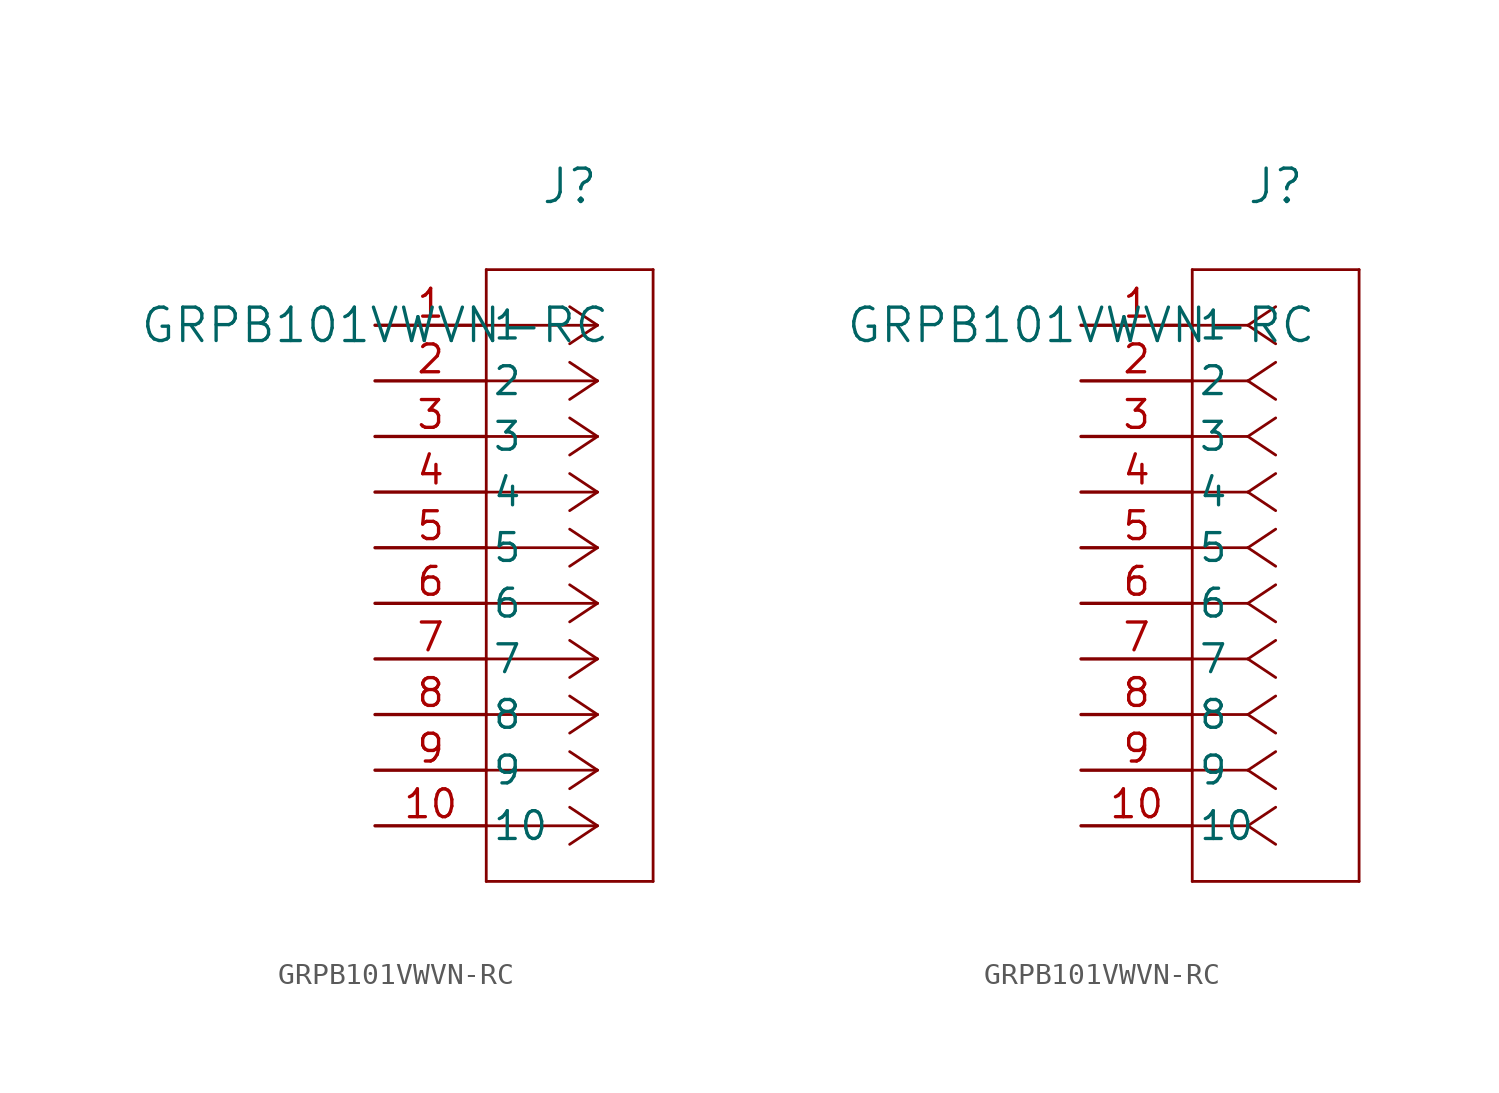
<source format=kicad_sym>
(kicad_symbol_lib
  (version 20211014)
  (generator kicad_symbol_editor)
  (symbol "GRPB101VWVN-RC"
    (pin_names
      (offset 0.254))
    (property "Reference" "J"
      (at 8.89 6.35 0)
      (effects (font (size 1.524 1.524))))
    (property "Value" "GRPB101VWVN-RC"
      (at 0 0 0)
      (effects (font (size 1.524 1.524))))
    (symbol "GRPB101VWVN-RC_1_1"
      (polyline (pts (xy 10.16 0) (xy 5.08 0)) (stroke (width 0.127) (type default) (color 0 0 0 0)) (fill (type none)))
      (polyline (pts (xy 10.16 -2.54) (xy 5.08 -2.54)) (stroke (width 0.127) (type default) (color 0 0 0 0)) (fill (type none)))
      (polyline (pts (xy 10.16 -5.08) (xy 5.08 -5.08)) (stroke (width 0.127) (type default) (color 0 0 0 0)) (fill (type none)))
      (polyline (pts (xy 10.16 -7.62) (xy 5.08 -7.62)) (stroke (width 0.127) (type default) (color 0 0 0 0)) (fill (type none)))
      (polyline (pts (xy 10.16 -10.16) (xy 5.08 -10.16)) (stroke (width 0.127) (type default) (color 0 0 0 0)) (fill (type none)))
      (polyline (pts (xy 10.16 -12.7) (xy 5.08 -12.7)) (stroke (width 0.127) (type default) (color 0 0 0 0)) (fill (type none)))
      (polyline (pts (xy 10.16 -15.24) (xy 5.08 -15.24)) (stroke (width 0.127) (type default) (color 0 0 0 0)) (fill (type none)))
      (polyline (pts (xy 10.16 -17.78) (xy 5.08 -17.78)) (stroke (width 0.127) (type default) (color 0 0 0 0)) (fill (type none)))
      (polyline (pts (xy 10.16 -20.32) (xy 5.08 -20.32)) (stroke (width 0.127) (type default) (color 0 0 0 0)) (fill (type none)))
      (polyline (pts (xy 10.16 -22.86) (xy 5.08 -22.86)) (stroke (width 0.127) (type default) (color 0 0 0 0)) (fill (type none)))
      (polyline (pts (xy 10.16 0) (xy 8.89 0.847)) (stroke (width 0.127) (type default) (color 0 0 0 0)) (fill (type none)))
      (polyline (pts (xy 10.16 -2.54) (xy 8.89 -1.693)) (stroke (width 0.127) (type default) (color 0 0 0 0)) (fill (type none)))
      (polyline (pts (xy 10.16 -5.08) (xy 8.89 -4.233)) (stroke (width 0.127) (type default) (color 0 0 0 0)) (fill (type none)))
      (polyline (pts (xy 10.16 -7.62) (xy 8.89 -6.773)) (stroke (width 0.127) (type default) (color 0 0 0 0)) (fill (type none)))
      (polyline (pts (xy 10.16 -10.16) (xy 8.89 -9.313)) (stroke (width 0.127) (type default) (color 0 0 0 0)) (fill (type none)))
      (polyline (pts (xy 10.16 -12.7) (xy 8.89 -11.853)) (stroke (width 0.127) (type default) (color 0 0 0 0)) (fill (type none)))
      (polyline (pts (xy 10.16 -15.24) (xy 8.89 -14.393)) (stroke (width 0.127) (type default) (color 0 0 0 0)) (fill (type none)))
      (polyline (pts (xy 10.16 -17.78) (xy 8.89 -16.933)) (stroke (width 0.127) (type default) (color 0 0 0 0)) (fill (type none)))
      (polyline (pts (xy 10.16 -20.32) (xy 8.89 -19.473)) (stroke (width 0.127) (type default) (color 0 0 0 0)) (fill (type none)))
      (polyline (pts (xy 10.16 -22.86) (xy 8.89 -22.013)) (stroke (width 0.127) (type default) (color 0 0 0 0)) (fill (type none)))
      (polyline (pts (xy 10.16 0) (xy 8.89 -0.847)) (stroke (width 0.127) (type default) (color 0 0 0 0)) (fill (type none)))
      (polyline (pts (xy 10.16 -2.54) (xy 8.89 -3.387)) (stroke (width 0.127) (type default) (color 0 0 0 0)) (fill (type none)))
      (polyline (pts (xy 10.16 -5.08) (xy 8.89 -5.927)) (stroke (width 0.127) (type default) (color 0 0 0 0)) (fill (type none)))
      (polyline (pts (xy 10.16 -7.62) (xy 8.89 -8.467)) (stroke (width 0.127) (type default) (color 0 0 0 0)) (fill (type none)))
      (polyline (pts (xy 10.16 -10.16) (xy 8.89 -11.007)) (stroke (width 0.127) (type default) (color 0 0 0 0)) (fill (type none)))
      (polyline (pts (xy 10.16 -12.7) (xy 8.89 -13.547)) (stroke (width 0.127) (type default) (color 0 0 0 0)) (fill (type none)))
      (polyline (pts (xy 10.16 -15.24) (xy 8.89 -16.087)) (stroke (width 0.127) (type default) (color 0 0 0 0)) (fill (type none)))
      (polyline (pts (xy 10.16 -17.78) (xy 8.89 -18.627)) (stroke (width 0.127) (type default) (color 0 0 0 0)) (fill (type none)))
      (polyline (pts (xy 10.16 -20.32) (xy 8.89 -21.167)) (stroke (width 0.127) (type default) (color 0 0 0 0)) (fill (type none)))
      (polyline (pts (xy 10.16 -22.86) (xy 8.89 -23.707)) (stroke (width 0.127) (type default) (color 0 0 0 0)) (fill (type none)))
      (polyline (pts (xy 5.08 2.54) (xy 5.08 -25.4)) (stroke (width 0.127) (type default) (color 0 0 0 0)) (fill (type none)))
      (polyline (pts (xy 5.08 -25.4) (xy 12.7 -25.4)) (stroke (width 0.127) (type default) (color 0 0 0 0)) (fill (type none)))
      (polyline (pts (xy 12.7 -25.4) (xy 12.7 2.54)) (stroke (width 0.127) (type default) (color 0 0 0 0)) (fill (type none)))
      (polyline (pts (xy 12.7 2.54) (xy 5.08 2.54)) (stroke (width 0.127) (type default) (color 0 0 0 0)) (fill (type none)))
      (pin unspecified line (at 0 0 0) (length 5.08) (name "1" (effects (font (size 1.27 1.27)))) (number "1" (effects (font (size 1.27 1.27)))))
      (pin unspecified line (at 0 -2.54 0) (length 5.08) (name "2" (effects (font (size 1.27 1.27)))) (number "2" (effects (font (size 1.27 1.27)))))
      (pin unspecified line (at 0 -5.08 0) (length 5.08) (name "3" (effects (font (size 1.27 1.27)))) (number "3" (effects (font (size 1.27 1.27)))))
      (pin unspecified line (at 0 -7.62 0) (length 5.08) (name "4" (effects (font (size 1.27 1.27)))) (number "4" (effects (font (size 1.27 1.27)))))
      (pin unspecified line (at 0 -10.16 0) (length 5.08) (name "5" (effects (font (size 1.27 1.27)))) (number "5" (effects (font (size 1.27 1.27)))))
      (pin unspecified line (at 0 -12.7 0) (length 5.08) (name "6" (effects (font (size 1.27 1.27)))) (number "6" (effects (font (size 1.27 1.27)))))
      (pin unspecified line (at 0 -15.24 0) (length 5.08) (name "7" (effects (font (size 1.27 1.27)))) (number "7" (effects (font (size 1.27 1.27)))))
      (pin unspecified line (at 0 -17.78 0) (length 5.08) (name "8" (effects (font (size 1.27 1.27)))) (number "8" (effects (font (size 1.27 1.27)))))
      (pin unspecified line (at 0 -20.32 0) (length 5.08) (name "9" (effects (font (size 1.27 1.27)))) (number "9" (effects (font (size 1.27 1.27)))))
      (pin unspecified line (at 0 -22.86 0) (length 5.08) (name "10" (effects (font (size 1.27 1.27)))) (number "10" (effects (font (size 1.27 1.27))))))
    (symbol "GRPB101VWVN-RC_1_2"
      (polyline (pts (xy 7.62 0) (xy 5.08 0)) (stroke (width 0.127) (type default) (color 0 0 0 0)) (fill (type none)))
      (polyline (pts (xy 7.62 -2.54) (xy 5.08 -2.54)) (stroke (width 0.127) (type default) (color 0 0 0 0)) (fill (type none)))
      (polyline (pts (xy 7.62 -5.08) (xy 5.08 -5.08)) (stroke (width 0.127) (type default) (color 0 0 0 0)) (fill (type none)))
      (polyline (pts (xy 7.62 -7.62) (xy 5.08 -7.62)) (stroke (width 0.127) (type default) (color 0 0 0 0)) (fill (type none)))
      (polyline (pts (xy 7.62 -10.16) (xy 5.08 -10.16)) (stroke (width 0.127) (type default) (color 0 0 0 0)) (fill (type none)))
      (polyline (pts (xy 7.62 -12.7) (xy 5.08 -12.7)) (stroke (width 0.127) (type default) (color 0 0 0 0)) (fill (type none)))
      (polyline (pts (xy 7.62 -15.24) (xy 5.08 -15.24)) (stroke (width 0.127) (type default) (color 0 0 0 0)) (fill (type none)))
      (polyline (pts (xy 7.62 -17.78) (xy 5.08 -17.78)) (stroke (width 0.127) (type default) (color 0 0 0 0)) (fill (type none)))
      (polyline (pts (xy 7.62 -20.32) (xy 5.08 -20.32)) (stroke (width 0.127) (type default) (color 0 0 0 0)) (fill (type none)))
      (polyline (pts (xy 7.62 -22.86) (xy 5.08 -22.86)) (stroke (width 0.127) (type default) (color 0 0 0 0)) (fill (type none)))
      (polyline (pts (xy 7.62 0) (xy 8.89 0.847)) (stroke (width 0.127) (type default) (color 0 0 0 0)) (fill (type none)))
      (polyline (pts (xy 7.62 -2.54) (xy 8.89 -1.693)) (stroke (width 0.127) (type default) (color 0 0 0 0)) (fill (type none)))
      (polyline (pts (xy 7.62 -5.08) (xy 8.89 -4.233)) (stroke (width 0.127) (type default) (color 0 0 0 0)) (fill (type none)))
      (polyline (pts (xy 7.62 -7.62) (xy 8.89 -6.773)) (stroke (width 0.127) (type default) (color 0 0 0 0)) (fill (type none)))
      (polyline (pts (xy 7.62 -10.16) (xy 8.89 -9.313)) (stroke (width 0.127) (type default) (color 0 0 0 0)) (fill (type none)))
      (polyline (pts (xy 7.62 -12.7) (xy 8.89 -11.853)) (stroke (width 0.127) (type default) (color 0 0 0 0)) (fill (type none)))
      (polyline (pts (xy 7.62 -15.24) (xy 8.89 -14.393)) (stroke (width 0.127) (type default) (color 0 0 0 0)) (fill (type none)))
      (polyline (pts (xy 7.62 -17.78) (xy 8.89 -16.933)) (stroke (width 0.127) (type default) (color 0 0 0 0)) (fill (type none)))
      (polyline (pts (xy 7.62 -20.32) (xy 8.89 -19.473)) (stroke (width 0.127) (type default) (color 0 0 0 0)) (fill (type none)))
      (polyline (pts (xy 7.62 -22.86) (xy 8.89 -22.013)) (stroke (width 0.127) (type default) (color 0 0 0 0)) (fill (type none)))
      (polyline (pts (xy 7.62 0) (xy 8.89 -0.847)) (stroke (width 0.127) (type default) (color 0 0 0 0)) (fill (type none)))
      (polyline (pts (xy 7.62 -2.54) (xy 8.89 -3.387)) (stroke (width 0.127) (type default) (color 0 0 0 0)) (fill (type none)))
      (polyline (pts (xy 7.62 -5.08) (xy 8.89 -5.927)) (stroke (width 0.127) (type default) (color 0 0 0 0)) (fill (type none)))
      (polyline (pts (xy 7.62 -7.62) (xy 8.89 -8.467)) (stroke (width 0.127) (type default) (color 0 0 0 0)) (fill (type none)))
      (polyline (pts (xy 7.62 -10.16) (xy 8.89 -11.007)) (stroke (width 0.127) (type default) (color 0 0 0 0)) (fill (type none)))
      (polyline (pts (xy 7.62 -12.7) (xy 8.89 -13.547)) (stroke (width 0.127) (type default) (color 0 0 0 0)) (fill (type none)))
      (polyline (pts (xy 7.62 -15.24) (xy 8.89 -16.087)) (stroke (width 0.127) (type default) (color 0 0 0 0)) (fill (type none)))
      (polyline (pts (xy 7.62 -17.78) (xy 8.89 -18.627)) (stroke (width 0.127) (type default) (color 0 0 0 0)) (fill (type none)))
      (polyline (pts (xy 7.62 -20.32) (xy 8.89 -21.167)) (stroke (width 0.127) (type default) (color 0 0 0 0)) (fill (type none)))
      (polyline (pts (xy 7.62 -22.86) (xy 8.89 -23.707)) (stroke (width 0.127) (type default) (color 0 0 0 0)) (fill (type none)))
      (polyline (pts (xy 5.08 2.54) (xy 5.08 -25.4)) (stroke (width 0.127) (type default) (color 0 0 0 0)) (fill (type none)))
      (polyline (pts (xy 5.08 -25.4) (xy 12.7 -25.4)) (stroke (width 0.127) (type default) (color 0 0 0 0)) (fill (type none)))
      (polyline (pts (xy 12.7 -25.4) (xy 12.7 2.54)) (stroke (width 0.127) (type default) (color 0 0 0 0)) (fill (type none)))
      (polyline (pts (xy 12.7 2.54) (xy 5.08 2.54)) (stroke (width 0.127) (type default) (color 0 0 0 0)) (fill (type none)))
      (pin unspecified line (at 0 0 0) (length 5.08) (name "1" (effects (font (size 1.27 1.27)))) (number "1" (effects (font (size 1.27 1.27)))))
      (pin unspecified line (at 0 -2.54 0) (length 5.08) (name "2" (effects (font (size 1.27 1.27)))) (number "2" (effects (font (size 1.27 1.27)))))
      (pin unspecified line (at 0 -5.08 0) (length 5.08) (name "3" (effects (font (size 1.27 1.27)))) (number "3" (effects (font (size 1.27 1.27)))))
      (pin unspecified line (at 0 -7.62 0) (length 5.08) (name "4" (effects (font (size 1.27 1.27)))) (number "4" (effects (font (size 1.27 1.27)))))
      (pin unspecified line (at 0 -10.16 0) (length 5.08) (name "5" (effects (font (size 1.27 1.27)))) (number "5" (effects (font (size 1.27 1.27)))))
      (pin unspecified line (at 0 -12.7 0) (length 5.08) (name "6" (effects (font (size 1.27 1.27)))) (number "6" (effects (font (size 1.27 1.27)))))
      (pin unspecified line (at 0 -15.24 0) (length 5.08) (name "7" (effects (font (size 1.27 1.27)))) (number "7" (effects (font (size 1.27 1.27)))))
      (pin unspecified line (at 0 -17.78 0) (length 5.08) (name "8" (effects (font (size 1.27 1.27)))) (number "8" (effects (font (size 1.27 1.27)))))
      (pin unspecified line (at 0 -20.32 0) (length 5.08) (name "9" (effects (font (size 1.27 1.27)))) (number "9" (effects (font (size 1.27 1.27)))))
      (pin unspecified line (at 0 -22.86 0) (length 5.08) (name "10" (effects (font (size 1.27 1.27)))) (number "10" (effects (font (size 1.27 1.27))))))))
</source>
